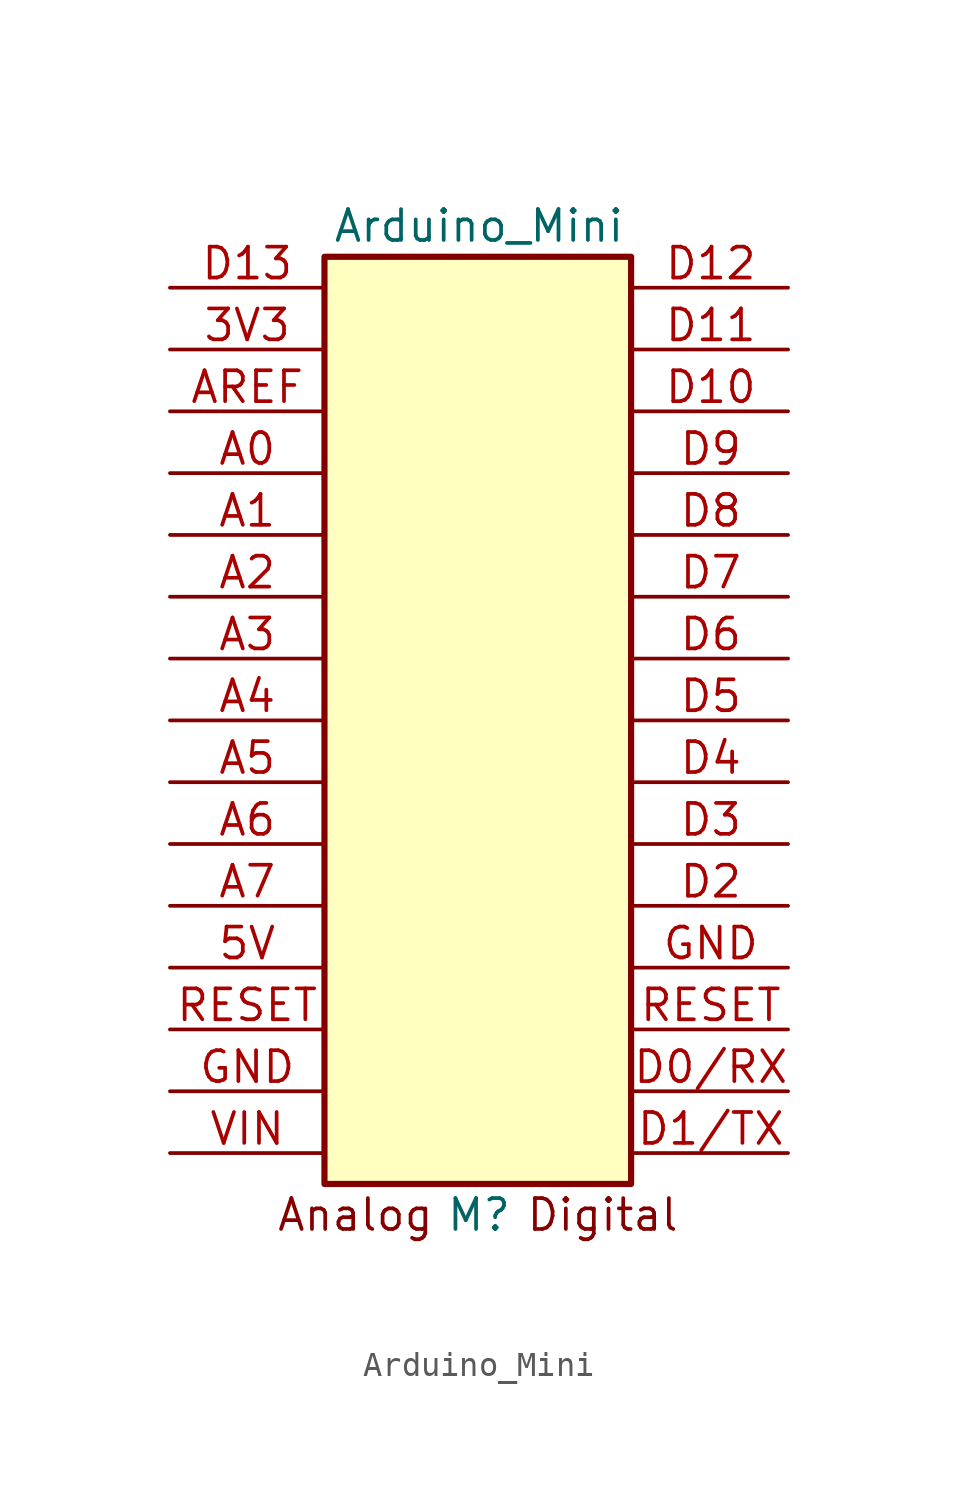
<source format=kicad_sym>
(kicad_symbol_lib
  (version 20211014)
  (generator kicad_symbol_editor)
  (symbol "Arduino_Mini"
    (pin_names
      (offset 1.016) hide)
    (property "Reference" "M"
      (at 0 -20.32 0)
      (effects (font (size 1.27 1.27))))
    (property "Value" "Arduino_Mini"
      (at 0 20.32 0)
      (effects (font (size 1.27 1.27))))
    (symbol "Arduino_Mini_0_0"
      (text "Analog" (at -5.08 -20.32 0) (effects (font (size 1.27 1.27))))
      (text "Digital" (at 5.08 -20.32 0) (effects (font (size 1.27 1.27)))))
    (symbol "Arduino_Mini_1_1"
      (rectangle (start -6.35 19.05) (end 6.25 -19.05) (stroke (width 0.254) (type default) (color 0 0 0 0)) (fill (type background)))
      (pin passive line (at -12.7 15.24 0) (length 6.35) (name "3V3" (effects (font (size 1.27 1.27)))) (number "3V3" (effects (font (size 1.27 1.27)))))
      (pin passive line (at -12.7 -10.16 0) (length 6.35) (name "5V" (effects (font (size 1.27 1.27)))) (number "5V" (effects (font (size 1.27 1.27)))))
      (pin passive line (at -12.7 10.16 0) (length 6.35) (name "A0" (effects (font (size 1.27 1.27)))) (number "A0" (effects (font (size 1.27 1.27)))))
      (pin passive line (at -12.7 7.62 0) (length 6.35) (name "A1" (effects (font (size 1.27 1.27)))) (number "A1" (effects (font (size 1.27 1.27)))))
      (pin passive line (at -12.7 5.08 0) (length 6.35) (name "A2" (effects (font (size 1.27 1.27)))) (number "A2" (effects (font (size 1.27 1.27)))))
      (pin passive line (at -12.7 2.54 0) (length 6.35) (name "A3" (effects (font (size 1.27 1.27)))) (number "A3" (effects (font (size 1.27 1.27)))))
      (pin passive line (at -12.7 0 0) (length 6.35) (name "A4" (effects (font (size 1.27 1.27)))) (number "A4" (effects (font (size 1.27 1.27)))))
      (pin passive line (at -12.7 -2.54 0) (length 6.35) (name "A5" (effects (font (size 1.27 1.27)))) (number "A5" (effects (font (size 1.27 1.27)))))
      (pin passive line (at -12.7 -5.08 0) (length 6.35) (name "A6" (effects (font (size 1.27 1.27)))) (number "A6" (effects (font (size 1.27 1.27)))))
      (pin passive line (at -12.7 -7.62 0) (length 6.35) (name "A7" (effects (font (size 1.27 1.27)))) (number "A7" (effects (font (size 1.27 1.27)))))
      (pin passive line (at -12.7 12.7 0) (length 6.35) (name "AREF" (effects (font (size 1.27 1.27)))) (number "AREF" (effects (font (size 1.27 1.27)))))
      (pin passive line (at 12.7 -15.24 180) (length 6.35) (name "D0/RX" (effects (font (size 1.27 1.27)))) (number "D0/RX" (effects (font (size 1.27 1.27)))))
      (pin passive line (at 12.7 -17.78 180) (length 6.35) (name "D1/TX" (effects (font (size 1.27 1.27)))) (number "D1/TX" (effects (font (size 1.27 1.27)))))
      (pin passive line (at 12.7 12.7 180) (length 6.35) (name "D10" (effects (font (size 1.27 1.27)))) (number "D10" (effects (font (size 1.27 1.27)))))
      (pin passive line (at 12.7 15.24 180) (length 6.35) (name "D11" (effects (font (size 1.27 1.27)))) (number "D11" (effects (font (size 1.27 1.27)))))
      (pin passive line (at 12.7 17.78 180) (length 6.35) (name "D12" (effects (font (size 1.27 1.27)))) (number "D12" (effects (font (size 1.27 1.27)))))
      (pin passive line (at -12.7 17.78 0) (length 6.35) (name "D13" (effects (font (size 1.27 1.27)))) (number "D13" (effects (font (size 1.27 1.27)))))
      (pin passive line (at 12.7 -7.62 180) (length 6.35) (name "D2" (effects (font (size 1.27 1.27)))) (number "D2" (effects (font (size 1.27 1.27)))))
      (pin passive line (at 12.7 -5.08 180) (length 6.35) (name "D3" (effects (font (size 1.27 1.27)))) (number "D3" (effects (font (size 1.27 1.27)))))
      (pin passive line (at 12.7 -2.54 180) (length 6.35) (name "D4" (effects (font (size 1.27 1.27)))) (number "D4" (effects (font (size 1.27 1.27)))))
      (pin passive line (at 12.7 0 180) (length 6.35) (name "D5" (effects (font (size 1.27 1.27)))) (number "D5" (effects (font (size 1.27 1.27)))))
      (pin passive line (at 12.7 2.54 180) (length 6.35) (name "D6" (effects (font (size 1.27 1.27)))) (number "D6" (effects (font (size 1.27 1.27)))))
      (pin passive line (at 12.7 5.08 180) (length 6.35) (name "D7" (effects (font (size 1.27 1.27)))) (number "D7" (effects (font (size 1.27 1.27)))))
      (pin passive line (at 12.7 7.62 180) (length 6.35) (name "D8" (effects (font (size 1.27 1.27)))) (number "D8" (effects (font (size 1.27 1.27)))))
      (pin passive line (at 12.7 10.16 180) (length 6.35) (name "D9" (effects (font (size 1.27 1.27)))) (number "D9" (effects (font (size 1.27 1.27)))))
      (pin passive line (at -12.7 -15.24 0) (length 6.35) (name "GND" (effects (font (size 1.27 1.27)))) (number "GND" (effects (font (size 1.27 1.27)))))
      (pin power_out line (at 12.7 -10.16 180) (length 6.35) (name "GND" (effects (font (size 1.27 1.27)))) (number "GND" (effects (font (size 1.27 1.27)))))
      (pin passive line (at -12.7 -12.7 0) (length 6.35) (name "RESET" (effects (font (size 1.27 1.27)))) (number "RESET" (effects (font (size 1.27 1.27)))))
      (pin passive line (at 12.7 -12.7 180) (length 6.35) (name "RESET" (effects (font (size 1.27 1.27)))) (number "RESET" (effects (font (size 1.27 1.27)))))
      (pin passive line (at -12.7 -17.78 0) (length 6.35) (name "VIN" (effects (font (size 1.27 1.27)))) (number "VIN" (effects (font (size 1.27 1.27))))))))
</source>
